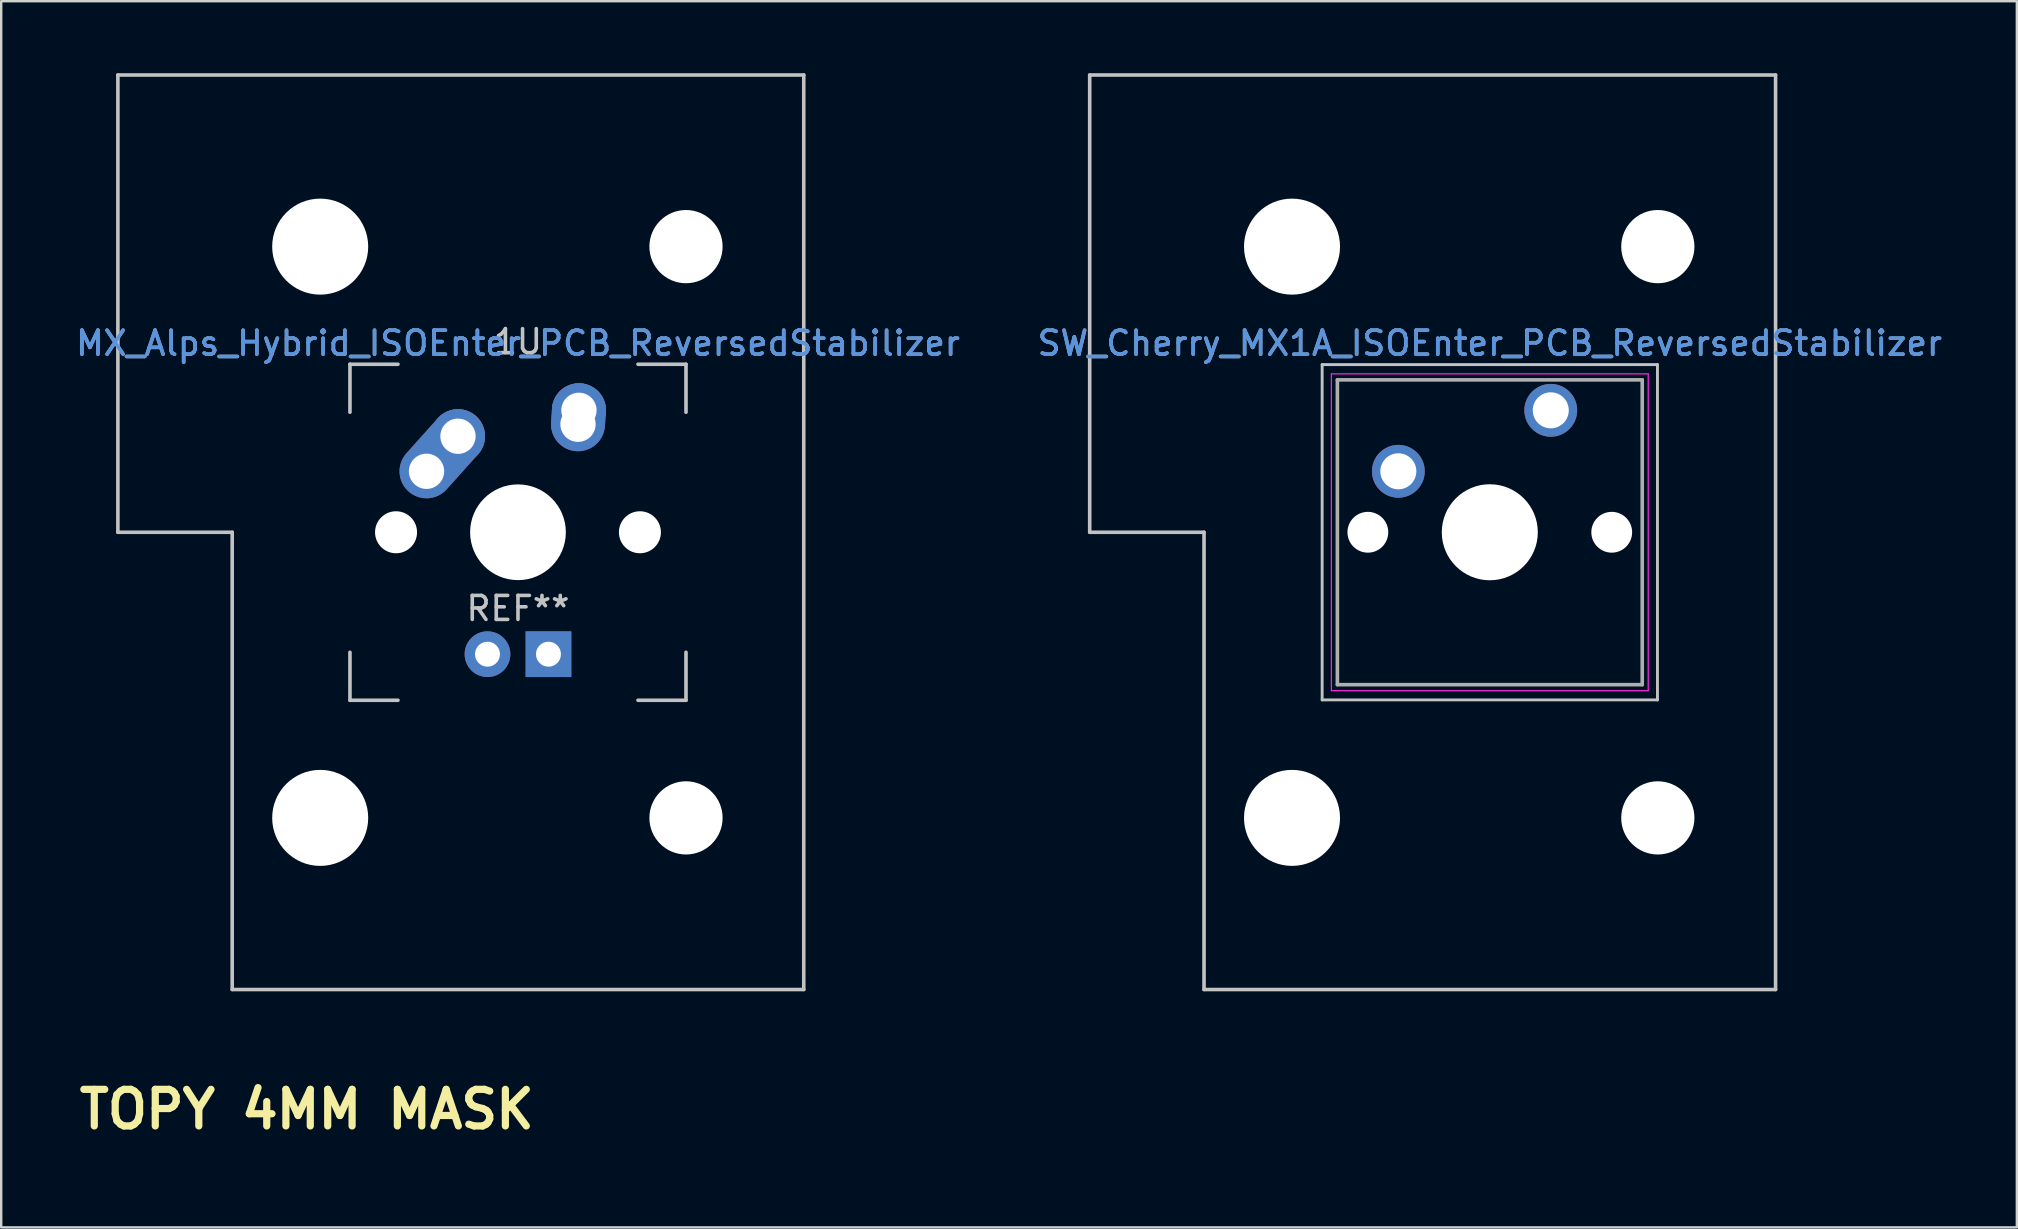
<source format=kicad_pcb>
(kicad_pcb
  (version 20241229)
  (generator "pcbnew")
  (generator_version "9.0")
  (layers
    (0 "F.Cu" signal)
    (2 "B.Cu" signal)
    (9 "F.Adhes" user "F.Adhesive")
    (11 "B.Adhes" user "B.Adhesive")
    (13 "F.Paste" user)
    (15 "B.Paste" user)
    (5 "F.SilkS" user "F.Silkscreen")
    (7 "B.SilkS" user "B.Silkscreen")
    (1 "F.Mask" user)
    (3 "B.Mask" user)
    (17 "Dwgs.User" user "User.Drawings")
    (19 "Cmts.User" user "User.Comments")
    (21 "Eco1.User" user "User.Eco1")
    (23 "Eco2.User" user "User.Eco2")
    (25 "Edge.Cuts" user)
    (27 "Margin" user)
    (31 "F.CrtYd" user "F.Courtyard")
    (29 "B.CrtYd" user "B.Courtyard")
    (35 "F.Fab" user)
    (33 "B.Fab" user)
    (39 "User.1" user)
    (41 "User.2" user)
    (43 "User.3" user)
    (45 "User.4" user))
  (footprint "MX_Alps_Hybrid_ISOEnter_PCB_ReversedStabilizer"
    (layer "F.Cu")
    (at 18.53 19.125)
    (property "Reference" "MX_Alps_Hybrid_ISOEnter_PCB_ReversedStabilizer" (at 0 -7.874 0) (layer "Cmts.User") (effects (font (size 1 1) (thickness 0.15))))
    (attr through_hole)
    (fp_line (start -16.669 -19.05) (end 11.906 -19.05) (stroke (width 0.15) (type solid)) (layer "Dwgs.User"))
    (fp_line (start -16.669 0) (end -16.669 -19.05) (stroke (width 0.15) (type solid)) (layer "Dwgs.User"))
    (fp_line (start -11.906 0) (end -16.669 0) (stroke (width 0.15) (type solid)) (layer "Dwgs.User"))
    (fp_line (start -11.906 19.05) (end -11.906 0) (stroke (width 0.15) (type solid)) (layer "Dwgs.User"))
    (fp_line (start -7 -7) (end -7 -5) (stroke (width 0.15) (type solid)) (layer "Dwgs.User"))
    (fp_line (start -7 5) (end -7 7) (stroke (width 0.15) (type solid)) (layer "Dwgs.User"))
    (fp_line (start -7 7) (end -5 7) (stroke (width 0.15) (type solid)) (layer "Dwgs.User"))
    (fp_line (start -5 -7) (end -7 -7) (stroke (width 0.15) (type solid)) (layer "Dwgs.User"))
    (fp_line (start 5 -7) (end 7 -7) (stroke (width 0.15) (type solid)) (layer "Dwgs.User"))
    (fp_line (start 5 7) (end 7 7) (stroke (width 0.15) (type solid)) (layer "Dwgs.User"))
    (fp_line (start 7 -7) (end 7 -5) (stroke (width 0.15) (type solid)) (layer "Dwgs.User"))
    (fp_line (start 7 7) (end 7 5) (stroke (width 0.15) (type solid)) (layer "Dwgs.User"))
    (fp_line (start 11.906 -19.05) (end 11.906 19.05) (stroke (width 0.15) (type solid)) (layer "Dwgs.User"))
    (fp_line (start 11.906 19.05) (end -11.906 19.05) (stroke (width 0.15) (type solid)) (layer "Dwgs.User"))
    (fp_text user "REF**" (at 0 3.175 0) (layer "Dwgs.User") (effects (font (size 1 1) (thickness 0.15))))
    (fp_text user "1U" (at 0 -7.938 0) (layer "Dwgs.User") (effects (font (size 1 1) (thickness 0.15))))
    (fp_text user "${REFERENCE}" (at 0 -7.874 0) (layer "F.Fab") (effects (font (size 1 1) (thickness 0.15))))
    (pad "" np_thru_hole circle (at -8.24 -11.9 180) (size 4 4) (drill 4) (layers "*.Cu" "*.Mask"))
    (pad "" np_thru_hole circle (at -8.24 11.9 180) (size 4 4) (drill 4) (layers "*.Cu" "*.Mask"))
    (pad "" np_thru_hole circle (at -5.08 0 48.1) (size 1.75 1.75) (drill 1.75) (layers "*.Cu" "*.Mask"))
    (pad "" np_thru_hole circle (at 0 0) (size 3.988 3.988) (drill 3.988) (layers "*.Cu" "*.Mask"))
    (pad "" np_thru_hole circle (at 5.08 0 48.1) (size 1.75 1.75) (drill 1.75) (layers "*.Cu" "*.Mask"))
    (pad "" np_thru_hole circle (at 7 -11.9 180) (size 3.05 3.05) (drill 3.05) (layers "*.Cu" "*.Mask"))
    (pad "" np_thru_hole circle (at 7 11.9 180) (size 3.05 3.05) (drill 3.05) (layers "*.Cu" "*.Mask"))
    (pad "1" thru_hole oval (at -3.81 -2.54 48.1) (size 4.212 2.25) (drill 1.47 (offset 0.981 0)) (layers "*.Cu" "B.Mask"))
    (pad "1" thru_hole circle (at -2.5 -4) (size 2.25 2.25) (drill 1.47) (layers "*.Cu" "B.Mask"))
    (pad "2" thru_hole oval (at 2.5 -4.5 86.055) (size 2.831 2.25) (drill 1.47 (offset 0.291 0)) (layers "*.Cu" "B.Mask"))
    (pad "2" thru_hole circle (at 2.54 -5.08) (size 2.25 2.25) (drill 1.47) (layers "*.Cu" "B.Mask"))
    (pad "3" thru_hole circle (at -1.27 5.08) (size 1.905 1.905) (drill 1.04) (layers "*.Cu" "B.Mask"))
    (pad "4" thru_hole rect (at 1.27 5.08) (size 1.905 1.905) (drill 1.04) (layers "*.Cu" "B.Mask")))
  (footprint "SW_Cherry_MX1A_ISOEnter_PCB_ReversedStabilizer"
    (layer "F.Cu")
    (at 61.558 14.045)
    (property "Reference" "SW_Cherry_MX1A_ISOEnter_PCB_ReversedStabilizer" (at -2.54 -2.794 0) (layer "Cmts.User") (effects (font (size 1 1) (thickness 0.15))))
    (attr through_hole)
    (fp_line (start -19.209 -13.97) (end 9.366 -13.97) (stroke (width 0.15) (type solid)) (layer "Dwgs.User"))
    (fp_line (start -19.209 5.08) (end -19.209 -13.97) (stroke (width 0.15) (type solid)) (layer "Dwgs.User"))
    (fp_line (start -14.446 5.08) (end -19.209 5.08) (stroke (width 0.15) (type solid)) (layer "Dwgs.User"))
    (fp_line (start -14.446 24.13) (end -14.446 5.08) (stroke (width 0.15) (type solid)) (layer "Dwgs.User"))
    (fp_line (start -9.525 -1.905) (end 4.445 -1.905) (stroke (width 0.12) (type solid)) (layer "Dwgs.User"))
    (fp_line (start -9.525 12.065) (end -9.525 -1.905) (stroke (width 0.12) (type solid)) (layer "Dwgs.User"))
    (fp_line (start 4.445 -1.905) (end 4.445 12.065) (stroke (width 0.12) (type solid)) (layer "Dwgs.User"))
    (fp_line (start 4.445 12.065) (end -9.525 12.065) (stroke (width 0.12) (type solid)) (layer "Dwgs.User"))
    (fp_line (start 9.366 -13.97) (end 9.366 24.13) (stroke (width 0.15) (type solid)) (layer "Dwgs.User"))
    (fp_line (start 9.366 24.13) (end -14.446 24.13) (stroke (width 0.15) (type solid)) (layer "Dwgs.User"))
    (fp_line (start -9.14 -1.52) (end 4.06 -1.52) (stroke (width 0.05) (type solid)) (layer "F.CrtYd"))
    (fp_line (start -9.14 11.68) (end -9.14 -1.52) (stroke (width 0.05) (type solid)) (layer "F.CrtYd"))
    (fp_line (start 4.06 -1.52) (end 4.06 11.68) (stroke (width 0.05) (type solid)) (layer "F.CrtYd"))
    (fp_line (start 4.06 11.68) (end -9.14 11.68) (stroke (width 0.05) (type solid)) (layer "F.CrtYd"))
    (fp_line (start -8.89 -1.27) (end 3.81 -1.27) (stroke (width 0.15) (type solid)) (layer "F.Fab"))
    (fp_line (start -8.89 11.43) (end -8.89 -1.27) (stroke (width 0.15) (type solid)) (layer "F.Fab"))
    (fp_line (start 3.81 -1.27) (end 3.81 11.43) (stroke (width 0.15) (type solid)) (layer "F.Fab"))
    (fp_line (start 3.81 11.43) (end -8.89 11.43) (stroke (width 0.15) (type solid)) (layer "F.Fab"))
    (fp_text user "${REFERENCE}" (at -2.54 -2.794 0) (layer "F.Fab") (effects (font (size 1 1) (thickness 0.15))))
    (pad "" np_thru_hole circle (at -10.78 -6.82 180) (size 4 4) (drill 4) (layers "*.Cu" "*.Mask"))
    (pad "" np_thru_hole circle (at -10.78 16.98 180) (size 4 4) (drill 4) (layers "*.Cu" "*.Mask"))
    (pad "" np_thru_hole circle (at -7.62 5.08) (size 1.7 1.7) (drill 1.7) (layers "*.Cu" "*.Mask"))
    (pad "" np_thru_hole circle (at -2.54 5.08) (size 4 4) (drill 4) (layers "*.Cu" "*.Mask"))
    (pad "" np_thru_hole circle (at 2.54 5.08) (size 1.7 1.7) (drill 1.7) (layers "*.Cu" "*.Mask"))
    (pad "" np_thru_hole circle (at 4.46 -6.82 180) (size 3.05 3.05) (drill 3.05) (layers "*.Cu" "*.Mask"))
    (pad "" np_thru_hole circle (at 4.46 16.98 180) (size 3.05 3.05) (drill 3.05) (layers "*.Cu" "*.Mask"))
    (pad "1" thru_hole circle (at 0 0) (size 2.2 2.2) (drill 1.5) (layers "*.Cu" "*.Mask"))
    (pad "2" thru_hole circle (at -6.35 2.54) (size 2.2 2.2) (drill 1.5) (layers "*.Cu" "*.Mask")))
  (footprint "TOPY 4MM MASK"
    (layer "F.Cu")
    (at 9.732 43.169)
    (property "Reference" "TOPY 4MM MASK" (at 0 0 0) (layer "F.SilkS") (effects (font (size 1.524 1.524) (thickness 0.3))))
    (attr through_hole)
    (fp_poly (pts (xy 0.22 -1.321) (xy 0.79 -1.319) (xy 1.359 -1.317) (xy 1.359 -0.91) (xy 0.22 -0.906) (xy 0.22 -0.246) (xy 0.94 -0.246) (xy 0.94 0.186) (xy 0.22 0.186) (xy 0.22 0.863) (xy 0.79 0.866) (xy 1.359 0.868) (xy 1.361 1.082) (xy 1.363 1.295) (xy 0.22 1.295) (xy 0.22 1.913) (xy -0.22 1.913) (xy -0.22 1.295) (xy -1.355 1.295) (xy -1.355 0.864) (xy -0.22 0.864) (xy -0.22 0.186) (xy -0.931 0.186) (xy -0.931 -0.246) (xy -0.22 -0.246) (xy -0.22 -0.906) (xy -1.355 -0.906) (xy -1.355 -1.321) (xy -0.22 -1.321) (xy -0.216 -1.909) (xy 0.002 -1.911) (xy 0.22 -1.914) (xy 0.22 -1.321)) (stroke (width 0.01) (type solid)) (fill yes) (layer "F.Mask")))
  (gr_rect
    (start -3 -3)
    (end 80.976 48.087)
    (stroke (width 0.1) (type default))
    (fill no)
    (layer "Edge.Cuts")))
</source>
